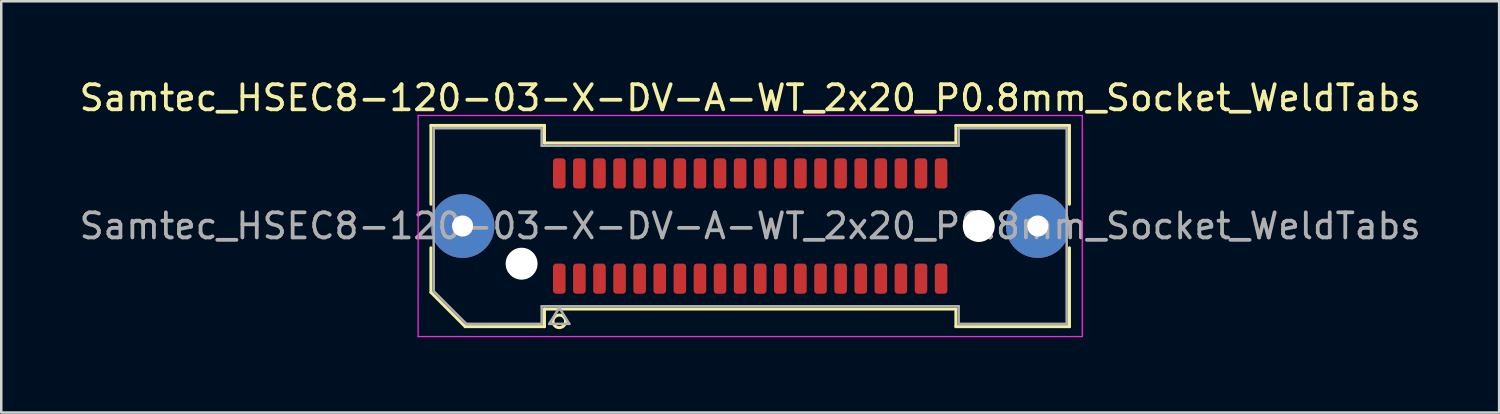
<source format=kicad_pcb>
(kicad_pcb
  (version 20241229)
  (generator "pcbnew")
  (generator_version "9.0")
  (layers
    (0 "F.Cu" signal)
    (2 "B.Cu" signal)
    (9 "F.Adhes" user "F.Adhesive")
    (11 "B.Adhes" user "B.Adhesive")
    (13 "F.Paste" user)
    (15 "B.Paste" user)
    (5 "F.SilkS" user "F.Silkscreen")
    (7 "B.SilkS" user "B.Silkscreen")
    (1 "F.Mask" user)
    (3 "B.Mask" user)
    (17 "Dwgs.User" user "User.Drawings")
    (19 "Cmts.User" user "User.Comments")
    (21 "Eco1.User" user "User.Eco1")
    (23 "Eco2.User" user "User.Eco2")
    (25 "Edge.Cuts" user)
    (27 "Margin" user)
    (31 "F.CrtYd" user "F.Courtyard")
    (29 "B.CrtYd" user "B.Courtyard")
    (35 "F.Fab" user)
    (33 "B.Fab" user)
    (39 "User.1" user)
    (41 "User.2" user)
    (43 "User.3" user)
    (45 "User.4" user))
  (footprint "Samtec_HSEC8-120-03-X-DV-A-WT_2x20_P0.8mm_Socket_WeldTabs"
    (layer "F.Cu")
    (at 26.815 5.948)
    (property "Reference" "Samtec_HSEC8-120-03-X-DV-A-WT_2x20_P0.8mm_Socket_WeldTabs" (at 0 -5.1 0) (layer "F.SilkS") (effects (font (size 1 1) (thickness 0.15))))
    (attr smd)
    (fp_line (start -12.71 -4.005) (end -8.19 -4.005) (stroke (width 0.12) (type solid)) (layer "F.SilkS"))
    (fp_line (start -12.71 -0.868) (end -12.71 -4.005) (stroke (width 0.12) (type solid)) (layer "F.SilkS"))
    (fp_line (start -12.71 2.641) (end -12.71 0.868) (stroke (width 0.12) (type solid)) (layer "F.SilkS"))
    (fp_line (start -11.346 4.005) (end -12.71 2.641) (stroke (width 0.12) (type solid)) (layer "F.SilkS"))
    (fp_line (start -8.19 -4.005) (end -8.19 -3.305) (stroke (width 0.12) (type solid)) (layer "F.SilkS"))
    (fp_line (start -8.19 -3.305) (end 8.19 -3.305) (stroke (width 0.12) (type solid)) (layer "F.SilkS"))
    (fp_line (start -8.19 3.305) (end -8.19 4.005) (stroke (width 0.12) (type solid)) (layer "F.SilkS"))
    (fp_line (start -8.19 4.005) (end -11.346 4.005) (stroke (width 0.12) (type solid)) (layer "F.SilkS"))
    (fp_line (start 8.19 -4.005) (end 12.71 -4.005) (stroke (width 0.12) (type solid)) (layer "F.SilkS"))
    (fp_line (start 8.19 -3.305) (end 8.19 -4.005) (stroke (width 0.12) (type solid)) (layer "F.SilkS"))
    (fp_line (start 8.19 3.305) (end -8.19 3.305) (stroke (width 0.12) (type solid)) (layer "F.SilkS"))
    (fp_line (start 8.19 4.005) (end 8.19 3.305) (stroke (width 0.12) (type solid)) (layer "F.SilkS"))
    (fp_line (start 12.71 -4.005) (end 12.71 -0.868) (stroke (width 0.12) (type solid)) (layer "F.SilkS"))
    (fp_line (start 12.71 0.868) (end 12.71 4.005) (stroke (width 0.12) (type solid)) (layer "F.SilkS"))
    (fp_line (start 12.71 4.005) (end 8.19 4.005) (stroke (width 0.12) (type solid)) (layer "F.SilkS"))
    (fp_circle (center -7.6 3.795) (end -7.35 3.795) (stroke (width 0.12) (type solid)) (fill no) (layer "F.SilkS"))
    (fp_line (start -13.22 -4.4) (end -13.22 4.4) (stroke (width 0.05) (type solid)) (layer "F.CrtYd"))
    (fp_line (start -13.22 4.4) (end 13.22 4.4) (stroke (width 0.05) (type solid)) (layer "F.CrtYd"))
    (fp_line (start 13.22 -4.4) (end -13.22 -4.4) (stroke (width 0.05) (type solid)) (layer "F.CrtYd"))
    (fp_line (start 13.22 4.4) (end 13.22 -4.4) (stroke (width 0.05) (type solid)) (layer "F.CrtYd"))
    (fp_line (start -12.6 -3.895) (end -8.3 -3.895) (stroke (width 0.1) (type solid)) (layer "F.Fab"))
    (fp_line (start -12.6 2.595) (end -12.6 -3.895) (stroke (width 0.1) (type solid)) (layer "F.Fab"))
    (fp_line (start -11.3 3.895) (end -12.6 2.595) (stroke (width 0.1) (type solid)) (layer "F.Fab"))
    (fp_line (start -8.3 -3.895) (end -8.3 -3.195) (stroke (width 0.1) (type solid)) (layer "F.Fab"))
    (fp_line (start -8.3 -3.195) (end 8.3 -3.195) (stroke (width 0.1) (type solid)) (layer "F.Fab"))
    (fp_line (start -8.3 3.195) (end -8.3 3.895) (stroke (width 0.1) (type solid)) (layer "F.Fab"))
    (fp_line (start -8.3 3.895) (end -11.3 3.895) (stroke (width 0.1) (type solid)) (layer "F.Fab"))
    (fp_line (start -8 3.895) (end -7.6 3.255) (stroke (width 0.1) (type solid)) (layer "F.Fab"))
    (fp_line (start -7.6 3.255) (end -7.2 3.895) (stroke (width 0.1) (type solid)) (layer "F.Fab"))
    (fp_line (start -7.2 3.895) (end -8 3.895) (stroke (width 0.1) (type solid)) (layer "F.Fab"))
    (fp_line (start 8.3 -3.895) (end 12.6 -3.895) (stroke (width 0.1) (type solid)) (layer "F.Fab"))
    (fp_line (start 8.3 -3.195) (end 8.3 -3.895) (stroke (width 0.1) (type solid)) (layer "F.Fab"))
    (fp_line (start 8.3 3.195) (end -8.3 3.195) (stroke (width 0.1) (type solid)) (layer "F.Fab"))
    (fp_line (start 8.3 3.895) (end 8.3 3.195) (stroke (width 0.1) (type solid)) (layer "F.Fab"))
    (fp_line (start 12.6 -3.895) (end 12.6 3.895) (stroke (width 0.1) (type solid)) (layer "F.Fab"))
    (fp_line (start 12.6 3.895) (end 8.3 3.895) (stroke (width 0.1) (type solid)) (layer "F.Fab"))
    (fp_text user "${REFERENCE}" (at 0 0 0) (layer "F.Fab") (effects (font (size 1 1) (thickness 0.15))))
    (pad "" thru_hole circle (at -11.45 0) (size 2.54 2.54) (drill 0.84) (layers "*.Cu" "*.Mask" "F.Paste"))
    (pad "" np_thru_hole circle (at -9.1 1.5) (size 1.27 1.27) (drill 1.27) (layers "*.Cu" "*.Mask"))
    (pad "" np_thru_hole circle (at 9.1 0) (size 1.27 1.27) (drill 1.27) (layers "*.Cu" "*.Mask"))
    (pad "" thru_hole circle (at 11.45 0) (size 2.54 2.54) (drill 0.84) (layers "*.Cu" "*.Mask" "F.Paste"))
    (pad "1" smd roundrect (at -7.6 2.095) (size 0.5 1.2) (layers "F.Cu" "F.Mask" "F.Paste") (roundrect_rratio 0.25))
    (pad "2" smd roundrect (at -7.6 -2.095) (size 0.5 1.2) (layers "F.Cu" "F.Mask" "F.Paste") (roundrect_rratio 0.25))
    (pad "3" smd roundrect (at -6.8 2.095) (size 0.5 1.2) (layers "F.Cu" "F.Mask" "F.Paste") (roundrect_rratio 0.25))
    (pad "4" smd roundrect (at -6.8 -2.095) (size 0.5 1.2) (layers "F.Cu" "F.Mask" "F.Paste") (roundrect_rratio 0.25))
    (pad "5" smd roundrect (at -6 2.095) (size 0.5 1.2) (layers "F.Cu" "F.Mask" "F.Paste") (roundrect_rratio 0.25))
    (pad "6" smd roundrect (at -6 -2.095) (size 0.5 1.2) (layers "F.Cu" "F.Mask" "F.Paste") (roundrect_rratio 0.25))
    (pad "7" smd roundrect (at -5.2 2.095) (size 0.5 1.2) (layers "F.Cu" "F.Mask" "F.Paste") (roundrect_rratio 0.25))
    (pad "8" smd roundrect (at -5.2 -2.095) (size 0.5 1.2) (layers "F.Cu" "F.Mask" "F.Paste") (roundrect_rratio 0.25))
    (pad "9" smd roundrect (at -4.4 2.095) (size 0.5 1.2) (layers "F.Cu" "F.Mask" "F.Paste") (roundrect_rratio 0.25))
    (pad "10" smd roundrect (at -4.4 -2.095) (size 0.5 1.2) (layers "F.Cu" "F.Mask" "F.Paste") (roundrect_rratio 0.25))
    (pad "11" smd roundrect (at -3.6 2.095) (size 0.5 1.2) (layers "F.Cu" "F.Mask" "F.Paste") (roundrect_rratio 0.25))
    (pad "12" smd roundrect (at -3.6 -2.095) (size 0.5 1.2) (layers "F.Cu" "F.Mask" "F.Paste") (roundrect_rratio 0.25))
    (pad "13" smd roundrect (at -2.8 2.095) (size 0.5 1.2) (layers "F.Cu" "F.Mask" "F.Paste") (roundrect_rratio 0.25))
    (pad "14" smd roundrect (at -2.8 -2.095) (size 0.5 1.2) (layers "F.Cu" "F.Mask" "F.Paste") (roundrect_rratio 0.25))
    (pad "15" smd roundrect (at -2 2.095) (size 0.5 1.2) (layers "F.Cu" "F.Mask" "F.Paste") (roundrect_rratio 0.25))
    (pad "16" smd roundrect (at -2 -2.095) (size 0.5 1.2) (layers "F.Cu" "F.Mask" "F.Paste") (roundrect_rratio 0.25))
    (pad "17" smd roundrect (at -1.2 2.095) (size 0.5 1.2) (layers "F.Cu" "F.Mask" "F.Paste") (roundrect_rratio 0.25))
    (pad "18" smd roundrect (at -1.2 -2.095) (size 0.5 1.2) (layers "F.Cu" "F.Mask" "F.Paste") (roundrect_rratio 0.25))
    (pad "19" smd roundrect (at -0.4 2.095) (size 0.5 1.2) (layers "F.Cu" "F.Mask" "F.Paste") (roundrect_rratio 0.25))
    (pad "20" smd roundrect (at -0.4 -2.095) (size 0.5 1.2) (layers "F.Cu" "F.Mask" "F.Paste") (roundrect_rratio 0.25))
    (pad "21" smd roundrect (at 0.4 2.095) (size 0.5 1.2) (layers "F.Cu" "F.Mask" "F.Paste") (roundrect_rratio 0.25))
    (pad "22" smd roundrect (at 0.4 -2.095) (size 0.5 1.2) (layers "F.Cu" "F.Mask" "F.Paste") (roundrect_rratio 0.25))
    (pad "23" smd roundrect (at 1.2 2.095) (size 0.5 1.2) (layers "F.Cu" "F.Mask" "F.Paste") (roundrect_rratio 0.25))
    (pad "24" smd roundrect (at 1.2 -2.095) (size 0.5 1.2) (layers "F.Cu" "F.Mask" "F.Paste") (roundrect_rratio 0.25))
    (pad "25" smd roundrect (at 2 2.095) (size 0.5 1.2) (layers "F.Cu" "F.Mask" "F.Paste") (roundrect_rratio 0.25))
    (pad "26" smd roundrect (at 2 -2.095) (size 0.5 1.2) (layers "F.Cu" "F.Mask" "F.Paste") (roundrect_rratio 0.25))
    (pad "27" smd roundrect (at 2.8 2.095) (size 0.5 1.2) (layers "F.Cu" "F.Mask" "F.Paste") (roundrect_rratio 0.25))
    (pad "28" smd roundrect (at 2.8 -2.095) (size 0.5 1.2) (layers "F.Cu" "F.Mask" "F.Paste") (roundrect_rratio 0.25))
    (pad "29" smd roundrect (at 3.6 2.095) (size 0.5 1.2) (layers "F.Cu" "F.Mask" "F.Paste") (roundrect_rratio 0.25))
    (pad "30" smd roundrect (at 3.6 -2.095) (size 0.5 1.2) (layers "F.Cu" "F.Mask" "F.Paste") (roundrect_rratio 0.25))
    (pad "31" smd roundrect (at 4.4 2.095) (size 0.5 1.2) (layers "F.Cu" "F.Mask" "F.Paste") (roundrect_rratio 0.25))
    (pad "32" smd roundrect (at 4.4 -2.095) (size 0.5 1.2) (layers "F.Cu" "F.Mask" "F.Paste") (roundrect_rratio 0.25))
    (pad "33" smd roundrect (at 5.2 2.095) (size 0.5 1.2) (layers "F.Cu" "F.Mask" "F.Paste") (roundrect_rratio 0.25))
    (pad "34" smd roundrect (at 5.2 -2.095) (size 0.5 1.2) (layers "F.Cu" "F.Mask" "F.Paste") (roundrect_rratio 0.25))
    (pad "35" smd roundrect (at 6 2.095) (size 0.5 1.2) (layers "F.Cu" "F.Mask" "F.Paste") (roundrect_rratio 0.25))
    (pad "36" smd roundrect (at 6 -2.095) (size 0.5 1.2) (layers "F.Cu" "F.Mask" "F.Paste") (roundrect_rratio 0.25))
    (pad "37" smd roundrect (at 6.8 2.095) (size 0.5 1.2) (layers "F.Cu" "F.Mask" "F.Paste") (roundrect_rratio 0.25))
    (pad "38" smd roundrect (at 6.8 -2.095) (size 0.5 1.2) (layers "F.Cu" "F.Mask" "F.Paste") (roundrect_rratio 0.25))
    (pad "39" smd roundrect (at 7.6 2.095) (size 0.5 1.2) (layers "F.Cu" "F.Mask" "F.Paste") (roundrect_rratio 0.25))
    (pad "40" smd roundrect (at 7.6 -2.095) (size 0.5 1.2) (layers "F.Cu" "F.Mask" "F.Paste") (roundrect_rratio 0.25)))
  (gr_rect
    (start -3 -3)
    (end 56.631 13.373)
    (stroke (width 0.1) (type default))
    (fill no)
    (layer "Edge.Cuts")))
</source>
